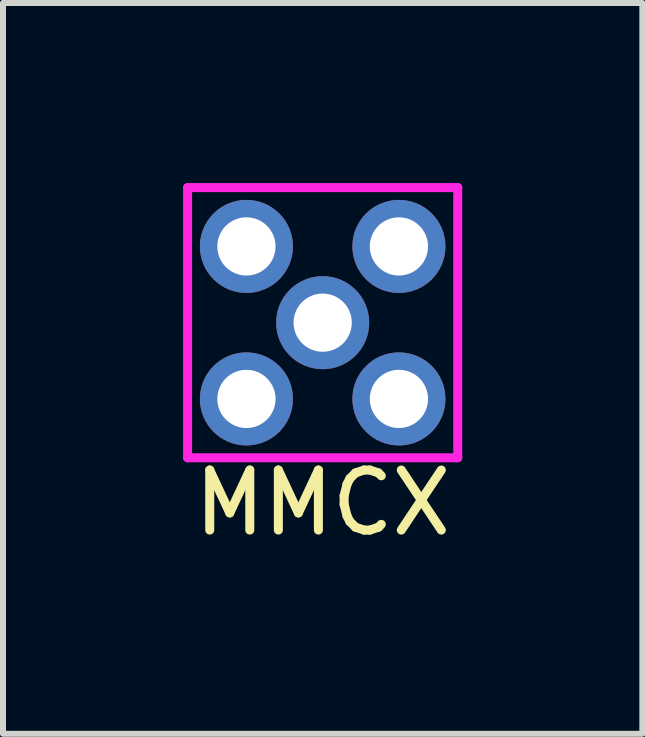
<source format=kicad_pcb>
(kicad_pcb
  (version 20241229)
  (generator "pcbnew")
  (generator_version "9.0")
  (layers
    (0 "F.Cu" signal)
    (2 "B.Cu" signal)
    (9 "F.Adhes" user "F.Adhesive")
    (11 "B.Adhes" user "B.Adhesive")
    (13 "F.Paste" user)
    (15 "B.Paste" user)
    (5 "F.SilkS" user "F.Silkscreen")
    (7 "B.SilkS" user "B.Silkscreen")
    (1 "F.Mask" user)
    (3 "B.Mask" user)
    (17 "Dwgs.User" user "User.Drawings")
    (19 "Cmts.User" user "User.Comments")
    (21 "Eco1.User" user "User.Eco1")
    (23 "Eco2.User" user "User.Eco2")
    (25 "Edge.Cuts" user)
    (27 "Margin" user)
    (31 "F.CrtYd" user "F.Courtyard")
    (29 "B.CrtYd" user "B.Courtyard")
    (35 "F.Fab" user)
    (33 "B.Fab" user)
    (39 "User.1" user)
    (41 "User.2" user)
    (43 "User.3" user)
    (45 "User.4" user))
  (footprint "MMCX"
    (layer "F.Cu")
    (at 2.325 2.325)
    (property "Reference" "MMCX" (at 0 3 0) (layer "F.SilkS") (effects (font (size 1 1) (thickness 0.15))))
    (attr through_hole)
    (fp_line (start -2.25 -2.25) (end 2.25 -2.25) (stroke (width 0.15) (type solid)) (layer "F.CrtYd"))
    (fp_line (start -2.25 2.25) (end -2.25 -2.25) (stroke (width 0.15) (type solid)) (layer "F.CrtYd"))
    (fp_line (start 2.25 -2.25) (end 2.25 2.25) (stroke (width 0.15) (type solid)) (layer "F.CrtYd"))
    (fp_line (start 2.25 2.25) (end -2.25 2.25) (stroke (width 0.15) (type solid)) (layer "F.CrtYd"))
    (pad "1" thru_hole circle (at 0 0) (size 1.55 1.55) (drill 0.97) (layers "*.Cu" "*.Mask"))
    (pad "2" thru_hole circle (at 1.27 -1.27) (size 1.55 1.55) (drill 0.97) (layers "*.Cu" "*.Mask"))
    (pad "3" thru_hole circle (at 1.27 1.27) (size 1.55 1.55) (drill 0.97) (layers "*.Cu" "*.Mask"))
    (pad "4" thru_hole circle (at -1.27 1.27) (size 1.55 1.55) (drill 0.97) (layers "*.Cu" "*.Mask"))
    (pad "5" thru_hole circle (at -1.27 -1.27) (size 1.55 1.55) (drill 0.97) (layers "*.Cu" "*.Mask")))
  (gr_rect
    (start -3 -3)
    (end 7.65 9.173)
    (stroke (width 0.1) (type default))
    (fill no)
    (layer "Edge.Cuts")))
</source>
